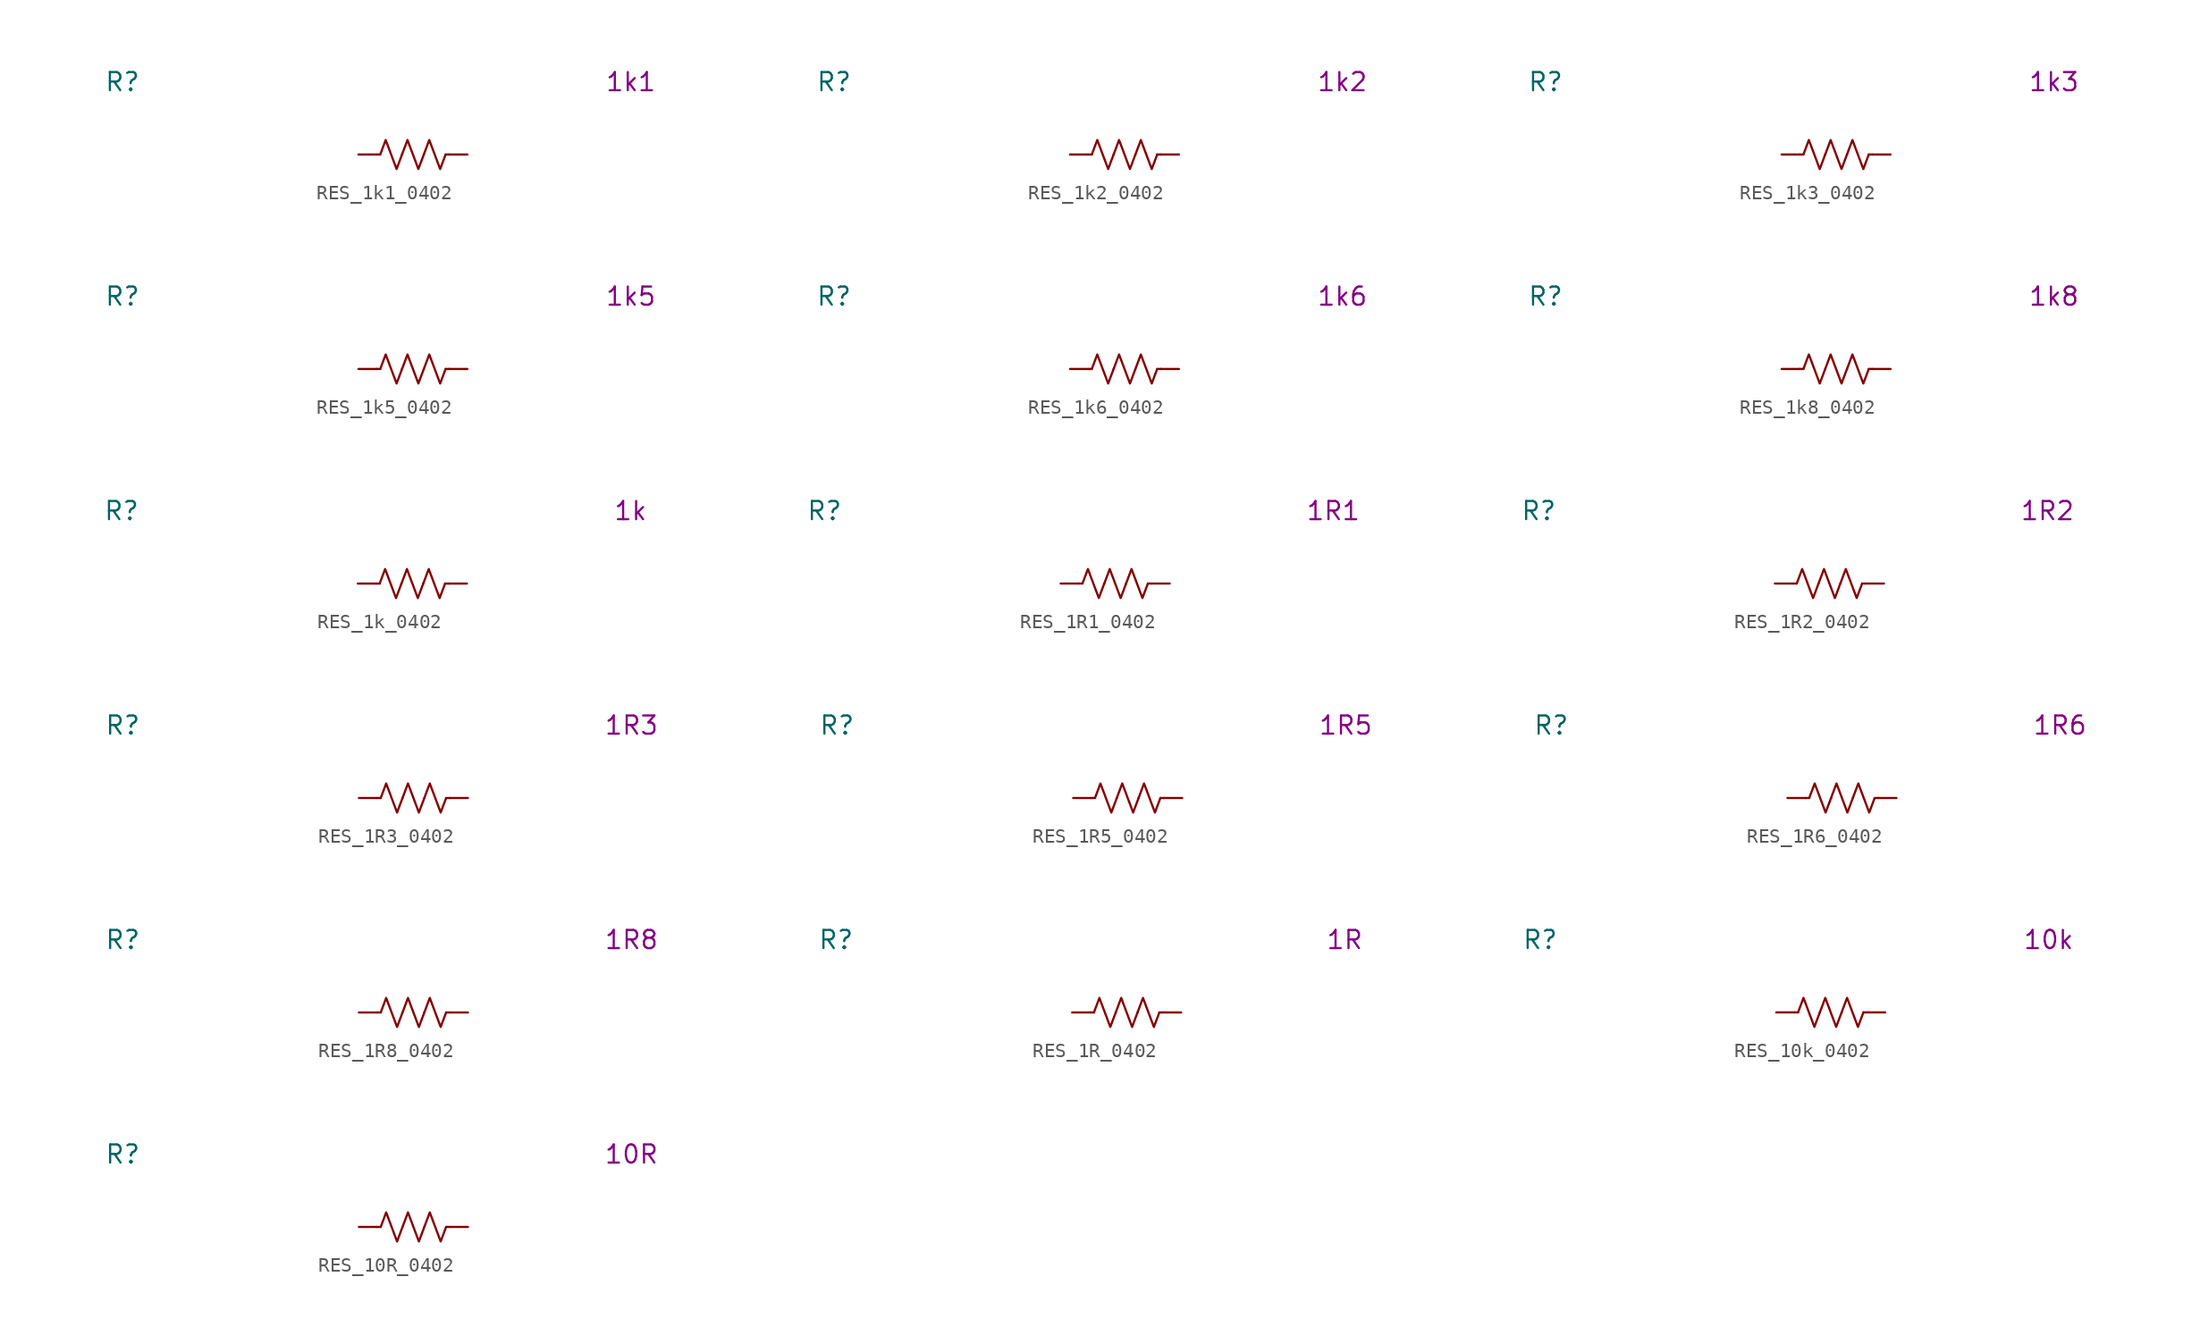
<source format=kicad_sym>
(kicad_symbol_lib
  (version 20231120)
  (generator "kicad_symbol_editor")
  (generator_version "8.0")
  (symbol "RES_1k1_0402"
    (pin_numbers hide)
    (property "Reference" "R"
      (at -20.32 5.08 0)
      (effects (font (size 1.27 1.27))))
    (property "Display Value" "1k1"
      (at 15.24 5.08 0)
      (effects (font (size 1.27 1.27))))
    (symbol "RES_1k1_0402_0_1"
      (polyline (pts (xy -2.286 0) (xy -2.54 0)) (stroke (width 0) (type default)) (fill (type none)))
      (polyline (pts (xy 2.286 0) (xy 2.54 0)) (stroke (width 0) (type default)) (fill (type none)))
      (polyline (pts (xy -2.286 0) (xy -1.905 1.016) (xy -1.524 0) (xy -1.143 -1.016) (xy -0.762 0)) (stroke (width 0) (type default)) (fill (type none)))
      (polyline (pts (xy -0.762 0) (xy -0.381 1.016) (xy 0 0) (xy 0.381 -1.016) (xy 0.762 0)) (stroke (width 0) (type default)) (fill (type none)))
      (polyline (pts (xy 0.762 0) (xy 1.143 1.016) (xy 1.524 0) (xy 1.905 -1.016) (xy 2.286 0)) (stroke (width 0) (type default)) (fill (type none))))
    (symbol "RES_1k1_0402_1_1"
      (pin passive line (at -3.81 0 0) (length 1.27) (name "~" (effects (font (size 1.27 1.27)))) (number "1" (effects (font (size 1.27 1.27)))))
      (pin passive line (at 3.81 0 180) (length 1.27) (name "~" (effects (font (size 1.27 1.27)))) (number "2" (effects (font (size 1.27 1.27)))))))
  (symbol "RES_1k2_0402"
    (pin_numbers hide)
    (property "Reference" "R"
      (at -20.32 5.08 0)
      (effects (font (size 1.27 1.27))))
    (property "Display Value" "1k2"
      (at 15.24 5.08 0)
      (effects (font (size 1.27 1.27))))
    (symbol "RES_1k2_0402_0_1"
      (polyline (pts (xy -2.286 0) (xy -2.54 0)) (stroke (width 0) (type default)) (fill (type none)))
      (polyline (pts (xy 2.286 0) (xy 2.54 0)) (stroke (width 0) (type default)) (fill (type none)))
      (polyline (pts (xy -2.286 0) (xy -1.905 1.016) (xy -1.524 0) (xy -1.143 -1.016) (xy -0.762 0)) (stroke (width 0) (type default)) (fill (type none)))
      (polyline (pts (xy -0.762 0) (xy -0.381 1.016) (xy 0 0) (xy 0.381 -1.016) (xy 0.762 0)) (stroke (width 0) (type default)) (fill (type none)))
      (polyline (pts (xy 0.762 0) (xy 1.143 1.016) (xy 1.524 0) (xy 1.905 -1.016) (xy 2.286 0)) (stroke (width 0) (type default)) (fill (type none))))
    (symbol "RES_1k2_0402_1_1"
      (pin passive line (at -3.81 0 0) (length 1.27) (name "~" (effects (font (size 1.27 1.27)))) (number "1" (effects (font (size 1.27 1.27)))))
      (pin passive line (at 3.81 0 180) (length 1.27) (name "~" (effects (font (size 1.27 1.27)))) (number "2" (effects (font (size 1.27 1.27)))))))
  (symbol "RES_1k3_0402"
    (pin_numbers hide)
    (property "Reference" "R"
      (at -20.32 5.08 0)
      (effects (font (size 1.27 1.27))))
    (property "Display Value" "1k3"
      (at 15.24 5.08 0)
      (effects (font (size 1.27 1.27))))
    (symbol "RES_1k3_0402_0_1"
      (polyline (pts (xy -2.286 0) (xy -2.54 0)) (stroke (width 0) (type default)) (fill (type none)))
      (polyline (pts (xy 2.286 0) (xy 2.54 0)) (stroke (width 0) (type default)) (fill (type none)))
      (polyline (pts (xy -2.286 0) (xy -1.905 1.016) (xy -1.524 0) (xy -1.143 -1.016) (xy -0.762 0)) (stroke (width 0) (type default)) (fill (type none)))
      (polyline (pts (xy -0.762 0) (xy -0.381 1.016) (xy 0 0) (xy 0.381 -1.016) (xy 0.762 0)) (stroke (width 0) (type default)) (fill (type none)))
      (polyline (pts (xy 0.762 0) (xy 1.143 1.016) (xy 1.524 0) (xy 1.905 -1.016) (xy 2.286 0)) (stroke (width 0) (type default)) (fill (type none))))
    (symbol "RES_1k3_0402_1_1"
      (pin passive line (at -3.81 0 0) (length 1.27) (name "~" (effects (font (size 1.27 1.27)))) (number "1" (effects (font (size 1.27 1.27)))))
      (pin passive line (at 3.81 0 180) (length 1.27) (name "~" (effects (font (size 1.27 1.27)))) (number "2" (effects (font (size 1.27 1.27)))))))
  (symbol "RES_1k5_0402"
    (pin_numbers hide)
    (property "Reference" "R"
      (at -20.32 5.08 0)
      (effects (font (size 1.27 1.27))))
    (property "Display Value" "1k5"
      (at 15.24 5.08 0)
      (effects (font (size 1.27 1.27))))
    (symbol "RES_1k5_0402_0_1"
      (polyline (pts (xy -2.286 0) (xy -2.54 0)) (stroke (width 0) (type default)) (fill (type none)))
      (polyline (pts (xy 2.286 0) (xy 2.54 0)) (stroke (width 0) (type default)) (fill (type none)))
      (polyline (pts (xy -2.286 0) (xy -1.905 1.016) (xy -1.524 0) (xy -1.143 -1.016) (xy -0.762 0)) (stroke (width 0) (type default)) (fill (type none)))
      (polyline (pts (xy -0.762 0) (xy -0.381 1.016) (xy 0 0) (xy 0.381 -1.016) (xy 0.762 0)) (stroke (width 0) (type default)) (fill (type none)))
      (polyline (pts (xy 0.762 0) (xy 1.143 1.016) (xy 1.524 0) (xy 1.905 -1.016) (xy 2.286 0)) (stroke (width 0) (type default)) (fill (type none))))
    (symbol "RES_1k5_0402_1_1"
      (pin passive line (at -3.81 0 0) (length 1.27) (name "~" (effects (font (size 1.27 1.27)))) (number "1" (effects (font (size 1.27 1.27)))))
      (pin passive line (at 3.81 0 180) (length 1.27) (name "~" (effects (font (size 1.27 1.27)))) (number "2" (effects (font (size 1.27 1.27)))))))
  (symbol "RES_1k6_0402"
    (pin_numbers hide)
    (property "Reference" "R"
      (at -20.32 5.08 0)
      (effects (font (size 1.27 1.27))))
    (property "Display Value" "1k6"
      (at 15.24 5.08 0)
      (effects (font (size 1.27 1.27))))
    (symbol "RES_1k6_0402_0_1"
      (polyline (pts (xy -2.286 0) (xy -2.54 0)) (stroke (width 0) (type default)) (fill (type none)))
      (polyline (pts (xy 2.286 0) (xy 2.54 0)) (stroke (width 0) (type default)) (fill (type none)))
      (polyline (pts (xy -2.286 0) (xy -1.905 1.016) (xy -1.524 0) (xy -1.143 -1.016) (xy -0.762 0)) (stroke (width 0) (type default)) (fill (type none)))
      (polyline (pts (xy -0.762 0) (xy -0.381 1.016) (xy 0 0) (xy 0.381 -1.016) (xy 0.762 0)) (stroke (width 0) (type default)) (fill (type none)))
      (polyline (pts (xy 0.762 0) (xy 1.143 1.016) (xy 1.524 0) (xy 1.905 -1.016) (xy 2.286 0)) (stroke (width 0) (type default)) (fill (type none))))
    (symbol "RES_1k6_0402_1_1"
      (pin passive line (at -3.81 0 0) (length 1.27) (name "~" (effects (font (size 1.27 1.27)))) (number "1" (effects (font (size 1.27 1.27)))))
      (pin passive line (at 3.81 0 180) (length 1.27) (name "~" (effects (font (size 1.27 1.27)))) (number "2" (effects (font (size 1.27 1.27)))))))
  (symbol "RES_1k8_0402"
    (pin_numbers hide)
    (property "Reference" "R"
      (at -20.32 5.08 0)
      (effects (font (size 1.27 1.27))))
    (property "Display Value" "1k8"
      (at 15.24 5.08 0)
      (effects (font (size 1.27 1.27))))
    (symbol "RES_1k8_0402_0_1"
      (polyline (pts (xy -2.286 0) (xy -2.54 0)) (stroke (width 0) (type default)) (fill (type none)))
      (polyline (pts (xy 2.286 0) (xy 2.54 0)) (stroke (width 0) (type default)) (fill (type none)))
      (polyline (pts (xy -2.286 0) (xy -1.905 1.016) (xy -1.524 0) (xy -1.143 -1.016) (xy -0.762 0)) (stroke (width 0) (type default)) (fill (type none)))
      (polyline (pts (xy -0.762 0) (xy -0.381 1.016) (xy 0 0) (xy 0.381 -1.016) (xy 0.762 0)) (stroke (width 0) (type default)) (fill (type none)))
      (polyline (pts (xy 0.762 0) (xy 1.143 1.016) (xy 1.524 0) (xy 1.905 -1.016) (xy 2.286 0)) (stroke (width 0) (type default)) (fill (type none))))
    (symbol "RES_1k8_0402_1_1"
      (pin passive line (at -3.81 0 0) (length 1.27) (name "~" (effects (font (size 1.27 1.27)))) (number "1" (effects (font (size 1.27 1.27)))))
      (pin passive line (at 3.81 0 180) (length 1.27) (name "~" (effects (font (size 1.27 1.27)))) (number "2" (effects (font (size 1.27 1.27)))))))
  (symbol "RES_1k_0402"
    (pin_numbers hide)
    (property "Reference" "R"
      (at -20.32 5.08 0)
      (effects (font (size 1.27 1.27))))
    (property "Display Value" "1k"
      (at 15.24 5.08 0)
      (effects (font (size 1.27 1.27))))
    (symbol "RES_1k_0402_0_1"
      (polyline (pts (xy -2.286 0) (xy -2.54 0)) (stroke (width 0) (type default)) (fill (type none)))
      (polyline (pts (xy 2.286 0) (xy 2.54 0)) (stroke (width 0) (type default)) (fill (type none)))
      (polyline (pts (xy -2.286 0) (xy -1.905 1.016) (xy -1.524 0) (xy -1.143 -1.016) (xy -0.762 0)) (stroke (width 0) (type default)) (fill (type none)))
      (polyline (pts (xy -0.762 0) (xy -0.381 1.016) (xy 0 0) (xy 0.381 -1.016) (xy 0.762 0)) (stroke (width 0) (type default)) (fill (type none)))
      (polyline (pts (xy 0.762 0) (xy 1.143 1.016) (xy 1.524 0) (xy 1.905 -1.016) (xy 2.286 0)) (stroke (width 0) (type default)) (fill (type none))))
    (symbol "RES_1k_0402_1_1"
      (pin passive line (at -3.81 0 0) (length 1.27) (name "~" (effects (font (size 1.27 1.27)))) (number "1" (effects (font (size 1.27 1.27)))))
      (pin passive line (at 3.81 0 180) (length 1.27) (name "~" (effects (font (size 1.27 1.27)))) (number "2" (effects (font (size 1.27 1.27)))))))
  (symbol "RES_1R1_0402"
    (pin_numbers hide)
    (property "Reference" "R"
      (at -20.32 5.08 0)
      (effects (font (size 1.27 1.27))))
    (property "Display Value" "1R1"
      (at 15.24 5.08 0)
      (effects (font (size 1.27 1.27))))
    (symbol "RES_1R1_0402_0_1"
      (polyline (pts (xy -2.286 0) (xy -2.54 0)) (stroke (width 0) (type default)) (fill (type none)))
      (polyline (pts (xy 2.286 0) (xy 2.54 0)) (stroke (width 0) (type default)) (fill (type none)))
      (polyline (pts (xy -2.286 0) (xy -1.905 1.016) (xy -1.524 0) (xy -1.143 -1.016) (xy -0.762 0)) (stroke (width 0) (type default)) (fill (type none)))
      (polyline (pts (xy -0.762 0) (xy -0.381 1.016) (xy 0 0) (xy 0.381 -1.016) (xy 0.762 0)) (stroke (width 0) (type default)) (fill (type none)))
      (polyline (pts (xy 0.762 0) (xy 1.143 1.016) (xy 1.524 0) (xy 1.905 -1.016) (xy 2.286 0)) (stroke (width 0) (type default)) (fill (type none))))
    (symbol "RES_1R1_0402_1_1"
      (pin passive line (at -3.81 0 0) (length 1.27) (name "~" (effects (font (size 1.27 1.27)))) (number "1" (effects (font (size 1.27 1.27)))))
      (pin passive line (at 3.81 0 180) (length 1.27) (name "~" (effects (font (size 1.27 1.27)))) (number "2" (effects (font (size 1.27 1.27)))))))
  (symbol "RES_1R2_0402"
    (pin_numbers hide)
    (property "Reference" "R"
      (at -20.32 5.08 0)
      (effects (font (size 1.27 1.27))))
    (property "Display Value" "1R2"
      (at 15.24 5.08 0)
      (effects (font (size 1.27 1.27))))
    (symbol "RES_1R2_0402_0_1"
      (polyline (pts (xy -2.286 0) (xy -2.54 0)) (stroke (width 0) (type default)) (fill (type none)))
      (polyline (pts (xy 2.286 0) (xy 2.54 0)) (stroke (width 0) (type default)) (fill (type none)))
      (polyline (pts (xy -2.286 0) (xy -1.905 1.016) (xy -1.524 0) (xy -1.143 -1.016) (xy -0.762 0)) (stroke (width 0) (type default)) (fill (type none)))
      (polyline (pts (xy -0.762 0) (xy -0.381 1.016) (xy 0 0) (xy 0.381 -1.016) (xy 0.762 0)) (stroke (width 0) (type default)) (fill (type none)))
      (polyline (pts (xy 0.762 0) (xy 1.143 1.016) (xy 1.524 0) (xy 1.905 -1.016) (xy 2.286 0)) (stroke (width 0) (type default)) (fill (type none))))
    (symbol "RES_1R2_0402_1_1"
      (pin passive line (at -3.81 0 0) (length 1.27) (name "~" (effects (font (size 1.27 1.27)))) (number "1" (effects (font (size 1.27 1.27)))))
      (pin passive line (at 3.81 0 180) (length 1.27) (name "~" (effects (font (size 1.27 1.27)))) (number "2" (effects (font (size 1.27 1.27)))))))
  (symbol "RES_1R3_0402"
    (pin_numbers hide)
    (property "Reference" "R"
      (at -20.32 5.08 0)
      (effects (font (size 1.27 1.27))))
    (property "Display Value" "1R3"
      (at 15.24 5.08 0)
      (effects (font (size 1.27 1.27))))
    (symbol "RES_1R3_0402_0_1"
      (polyline (pts (xy -2.286 0) (xy -2.54 0)) (stroke (width 0) (type default)) (fill (type none)))
      (polyline (pts (xy 2.286 0) (xy 2.54 0)) (stroke (width 0) (type default)) (fill (type none)))
      (polyline (pts (xy -2.286 0) (xy -1.905 1.016) (xy -1.524 0) (xy -1.143 -1.016) (xy -0.762 0)) (stroke (width 0) (type default)) (fill (type none)))
      (polyline (pts (xy -0.762 0) (xy -0.381 1.016) (xy 0 0) (xy 0.381 -1.016) (xy 0.762 0)) (stroke (width 0) (type default)) (fill (type none)))
      (polyline (pts (xy 0.762 0) (xy 1.143 1.016) (xy 1.524 0) (xy 1.905 -1.016) (xy 2.286 0)) (stroke (width 0) (type default)) (fill (type none))))
    (symbol "RES_1R3_0402_1_1"
      (pin passive line (at -3.81 0 0) (length 1.27) (name "~" (effects (font (size 1.27 1.27)))) (number "1" (effects (font (size 1.27 1.27)))))
      (pin passive line (at 3.81 0 180) (length 1.27) (name "~" (effects (font (size 1.27 1.27)))) (number "2" (effects (font (size 1.27 1.27)))))))
  (symbol "RES_1R5_0402"
    (pin_numbers hide)
    (property "Reference" "R"
      (at -20.32 5.08 0)
      (effects (font (size 1.27 1.27))))
    (property "Display Value" "1R5"
      (at 15.24 5.08 0)
      (effects (font (size 1.27 1.27))))
    (symbol "RES_1R5_0402_0_1"
      (polyline (pts (xy -2.286 0) (xy -2.54 0)) (stroke (width 0) (type default)) (fill (type none)))
      (polyline (pts (xy 2.286 0) (xy 2.54 0)) (stroke (width 0) (type default)) (fill (type none)))
      (polyline (pts (xy -2.286 0) (xy -1.905 1.016) (xy -1.524 0) (xy -1.143 -1.016) (xy -0.762 0)) (stroke (width 0) (type default)) (fill (type none)))
      (polyline (pts (xy -0.762 0) (xy -0.381 1.016) (xy 0 0) (xy 0.381 -1.016) (xy 0.762 0)) (stroke (width 0) (type default)) (fill (type none)))
      (polyline (pts (xy 0.762 0) (xy 1.143 1.016) (xy 1.524 0) (xy 1.905 -1.016) (xy 2.286 0)) (stroke (width 0) (type default)) (fill (type none))))
    (symbol "RES_1R5_0402_1_1"
      (pin passive line (at -3.81 0 0) (length 1.27) (name "~" (effects (font (size 1.27 1.27)))) (number "1" (effects (font (size 1.27 1.27)))))
      (pin passive line (at 3.81 0 180) (length 1.27) (name "~" (effects (font (size 1.27 1.27)))) (number "2" (effects (font (size 1.27 1.27)))))))
  (symbol "RES_1R6_0402"
    (pin_numbers hide)
    (property "Reference" "R"
      (at -20.32 5.08 0)
      (effects (font (size 1.27 1.27))))
    (property "Display Value" "1R6"
      (at 15.24 5.08 0)
      (effects (font (size 1.27 1.27))))
    (symbol "RES_1R6_0402_0_1"
      (polyline (pts (xy -2.286 0) (xy -2.54 0)) (stroke (width 0) (type default)) (fill (type none)))
      (polyline (pts (xy 2.286 0) (xy 2.54 0)) (stroke (width 0) (type default)) (fill (type none)))
      (polyline (pts (xy -2.286 0) (xy -1.905 1.016) (xy -1.524 0) (xy -1.143 -1.016) (xy -0.762 0)) (stroke (width 0) (type default)) (fill (type none)))
      (polyline (pts (xy -0.762 0) (xy -0.381 1.016) (xy 0 0) (xy 0.381 -1.016) (xy 0.762 0)) (stroke (width 0) (type default)) (fill (type none)))
      (polyline (pts (xy 0.762 0) (xy 1.143 1.016) (xy 1.524 0) (xy 1.905 -1.016) (xy 2.286 0)) (stroke (width 0) (type default)) (fill (type none))))
    (symbol "RES_1R6_0402_1_1"
      (pin passive line (at -3.81 0 0) (length 1.27) (name "~" (effects (font (size 1.27 1.27)))) (number "1" (effects (font (size 1.27 1.27)))))
      (pin passive line (at 3.81 0 180) (length 1.27) (name "~" (effects (font (size 1.27 1.27)))) (number "2" (effects (font (size 1.27 1.27)))))))
  (symbol "RES_1R8_0402"
    (pin_numbers hide)
    (property "Reference" "R"
      (at -20.32 5.08 0)
      (effects (font (size 1.27 1.27))))
    (property "Display Value" "1R8"
      (at 15.24 5.08 0)
      (effects (font (size 1.27 1.27))))
    (symbol "RES_1R8_0402_0_1"
      (polyline (pts (xy -2.286 0) (xy -2.54 0)) (stroke (width 0) (type default)) (fill (type none)))
      (polyline (pts (xy 2.286 0) (xy 2.54 0)) (stroke (width 0) (type default)) (fill (type none)))
      (polyline (pts (xy -2.286 0) (xy -1.905 1.016) (xy -1.524 0) (xy -1.143 -1.016) (xy -0.762 0)) (stroke (width 0) (type default)) (fill (type none)))
      (polyline (pts (xy -0.762 0) (xy -0.381 1.016) (xy 0 0) (xy 0.381 -1.016) (xy 0.762 0)) (stroke (width 0) (type default)) (fill (type none)))
      (polyline (pts (xy 0.762 0) (xy 1.143 1.016) (xy 1.524 0) (xy 1.905 -1.016) (xy 2.286 0)) (stroke (width 0) (type default)) (fill (type none))))
    (symbol "RES_1R8_0402_1_1"
      (pin passive line (at -3.81 0 0) (length 1.27) (name "~" (effects (font (size 1.27 1.27)))) (number "1" (effects (font (size 1.27 1.27)))))
      (pin passive line (at 3.81 0 180) (length 1.27) (name "~" (effects (font (size 1.27 1.27)))) (number "2" (effects (font (size 1.27 1.27)))))))
  (symbol "RES_1R_0402"
    (pin_numbers hide)
    (property "Reference" "R"
      (at -20.32 5.08 0)
      (effects (font (size 1.27 1.27))))
    (property "Display Value" "1R"
      (at 15.24 5.08 0)
      (effects (font (size 1.27 1.27))))
    (symbol "RES_1R_0402_0_1"
      (polyline (pts (xy -2.286 0) (xy -2.54 0)) (stroke (width 0) (type default)) (fill (type none)))
      (polyline (pts (xy 2.286 0) (xy 2.54 0)) (stroke (width 0) (type default)) (fill (type none)))
      (polyline (pts (xy -2.286 0) (xy -1.905 1.016) (xy -1.524 0) (xy -1.143 -1.016) (xy -0.762 0)) (stroke (width 0) (type default)) (fill (type none)))
      (polyline (pts (xy -0.762 0) (xy -0.381 1.016) (xy 0 0) (xy 0.381 -1.016) (xy 0.762 0)) (stroke (width 0) (type default)) (fill (type none)))
      (polyline (pts (xy 0.762 0) (xy 1.143 1.016) (xy 1.524 0) (xy 1.905 -1.016) (xy 2.286 0)) (stroke (width 0) (type default)) (fill (type none))))
    (symbol "RES_1R_0402_1_1"
      (pin passive line (at -3.81 0 0) (length 1.27) (name "~" (effects (font (size 1.27 1.27)))) (number "1" (effects (font (size 1.27 1.27)))))
      (pin passive line (at 3.81 0 180) (length 1.27) (name "~" (effects (font (size 1.27 1.27)))) (number "2" (effects (font (size 1.27 1.27)))))))
  (symbol "RES_10k_0402"
    (pin_numbers hide)
    (property "Reference" "R"
      (at -20.32 5.08 0)
      (effects (font (size 1.27 1.27))))
    (property "Display Value" "10k"
      (at 15.24 5.08 0)
      (effects (font (size 1.27 1.27))))
    (symbol "RES_10k_0402_0_1"
      (polyline (pts (xy -2.286 0) (xy -2.54 0)) (stroke (width 0) (type default)) (fill (type none)))
      (polyline (pts (xy 2.286 0) (xy 2.54 0)) (stroke (width 0) (type default)) (fill (type none)))
      (polyline (pts (xy -2.286 0) (xy -1.905 1.016) (xy -1.524 0) (xy -1.143 -1.016) (xy -0.762 0)) (stroke (width 0) (type default)) (fill (type none)))
      (polyline (pts (xy -0.762 0) (xy -0.381 1.016) (xy 0 0) (xy 0.381 -1.016) (xy 0.762 0)) (stroke (width 0) (type default)) (fill (type none)))
      (polyline (pts (xy 0.762 0) (xy 1.143 1.016) (xy 1.524 0) (xy 1.905 -1.016) (xy 2.286 0)) (stroke (width 0) (type default)) (fill (type none))))
    (symbol "RES_10k_0402_1_1"
      (pin passive line (at -3.81 0 0) (length 1.27) (name "~" (effects (font (size 1.27 1.27)))) (number "1" (effects (font (size 1.27 1.27)))))
      (pin passive line (at 3.81 0 180) (length 1.27) (name "~" (effects (font (size 1.27 1.27)))) (number "2" (effects (font (size 1.27 1.27)))))))
  (symbol "RES_10R_0402"
    (pin_numbers hide)
    (property "Reference" "R"
      (at -20.32 5.08 0)
      (effects (font (size 1.27 1.27))))
    (property "Display Value" "10R"
      (at 15.24 5.08 0)
      (effects (font (size 1.27 1.27))))
    (symbol "RES_10R_0402_0_1"
      (polyline (pts (xy -2.286 0) (xy -2.54 0)) (stroke (width 0) (type default)) (fill (type none)))
      (polyline (pts (xy 2.286 0) (xy 2.54 0)) (stroke (width 0) (type default)) (fill (type none)))
      (polyline (pts (xy -2.286 0) (xy -1.905 1.016) (xy -1.524 0) (xy -1.143 -1.016) (xy -0.762 0)) (stroke (width 0) (type default)) (fill (type none)))
      (polyline (pts (xy -0.762 0) (xy -0.381 1.016) (xy 0 0) (xy 0.381 -1.016) (xy 0.762 0)) (stroke (width 0) (type default)) (fill (type none)))
      (polyline (pts (xy 0.762 0) (xy 1.143 1.016) (xy 1.524 0) (xy 1.905 -1.016) (xy 2.286 0)) (stroke (width 0) (type default)) (fill (type none))))
    (symbol "RES_10R_0402_1_1"
      (pin passive line (at -3.81 0 0) (length 1.27) (name "~" (effects (font (size 1.27 1.27)))) (number "1" (effects (font (size 1.27 1.27)))))
      (pin passive line (at 3.81 0 180) (length 1.27) (name "~" (effects (font (size 1.27 1.27)))) (number "2" (effects (font (size 1.27 1.27))))))))
</source>
